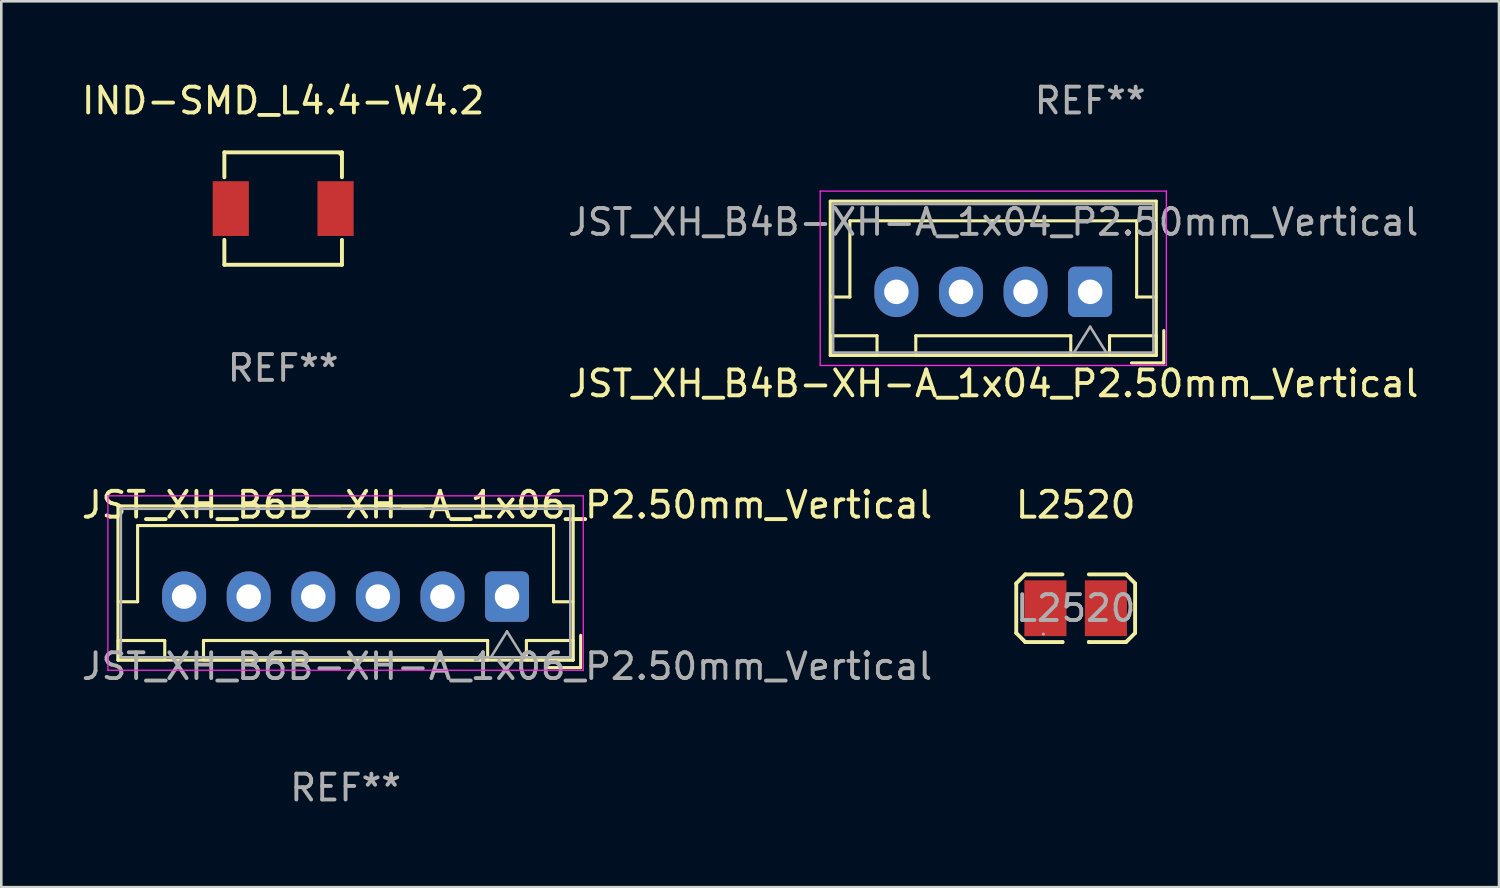
<source format=kicad_pcb>
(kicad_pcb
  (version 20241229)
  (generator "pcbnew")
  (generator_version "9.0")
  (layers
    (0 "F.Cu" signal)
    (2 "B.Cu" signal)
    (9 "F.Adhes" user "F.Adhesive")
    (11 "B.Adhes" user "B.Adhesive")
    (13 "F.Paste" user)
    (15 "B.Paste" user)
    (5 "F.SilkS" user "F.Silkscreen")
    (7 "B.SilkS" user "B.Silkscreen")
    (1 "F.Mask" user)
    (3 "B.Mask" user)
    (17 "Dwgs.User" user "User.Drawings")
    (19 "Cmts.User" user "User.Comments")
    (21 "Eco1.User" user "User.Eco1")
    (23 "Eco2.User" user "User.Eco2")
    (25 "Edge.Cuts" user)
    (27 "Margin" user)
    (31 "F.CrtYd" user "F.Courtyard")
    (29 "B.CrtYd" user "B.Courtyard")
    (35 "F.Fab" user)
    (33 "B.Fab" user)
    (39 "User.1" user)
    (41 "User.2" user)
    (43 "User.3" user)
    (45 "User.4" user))
  (footprint "JST_XH_B4B-XH-A_1x04_P2.50mm_Vertical"
    (layer "F.Cu")
    (at 35.399 8.247)
    (property "Reference" "JST_XH_B4B-XH-A_1x04_P2.50mm_Vertical" (at 0 3.55 180) (layer "F.SilkS") (effects (font (size 1 1) (thickness 0.15))))
    (attr through_hole)
    (fp_line (start -6.31 -3.51) (end -6.31 2.46) (stroke (width 0.12) (type solid)) (layer "F.SilkS"))
    (fp_line (start -6.31 2.46) (end 6.31 2.46) (stroke (width 0.12) (type solid)) (layer "F.SilkS"))
    (fp_line (start -6.3 0.2) (end -5.55 0.2) (stroke (width 0.12) (type solid)) (layer "F.SilkS"))
    (fp_line (start -6.3 1.7) (end -6.3 2.45) (stroke (width 0.12) (type solid)) (layer "F.SilkS"))
    (fp_line (start -6.3 2.45) (end -4.5 2.45) (stroke (width 0.12) (type solid)) (layer "F.SilkS"))
    (fp_line (start -5.55 -2.75) (end 0 -2.75) (stroke (width 0.12) (type solid)) (layer "F.SilkS"))
    (fp_line (start -5.55 0.2) (end -5.55 -2.75) (stroke (width 0.12) (type solid)) (layer "F.SilkS"))
    (fp_line (start -4.5 1.7) (end -6.3 1.7) (stroke (width 0.12) (type solid)) (layer "F.SilkS"))
    (fp_line (start -4.5 2.45) (end -4.5 1.7) (stroke (width 0.12) (type solid)) (layer "F.SilkS"))
    (fp_line (start -3 1.7) (end -3 2.45) (stroke (width 0.12) (type solid)) (layer "F.SilkS"))
    (fp_line (start -3 2.45) (end 3 2.45) (stroke (width 0.12) (type solid)) (layer "F.SilkS"))
    (fp_line (start 3 1.7) (end -3 1.7) (stroke (width 0.12) (type solid)) (layer "F.SilkS"))
    (fp_line (start 3 2.45) (end 3 1.7) (stroke (width 0.12) (type solid)) (layer "F.SilkS"))
    (fp_line (start 4.5 1.7) (end 4.5 2.45) (stroke (width 0.12) (type solid)) (layer "F.SilkS"))
    (fp_line (start 4.5 2.45) (end 6.3 2.45) (stroke (width 0.12) (type solid)) (layer "F.SilkS"))
    (fp_line (start 5.35 2.75) (end 6.6 2.75) (stroke (width 0.12) (type solid)) (layer "F.SilkS"))
    (fp_line (start 5.55 -2.75) (end 0 -2.75) (stroke (width 0.12) (type solid)) (layer "F.SilkS"))
    (fp_line (start 5.55 0.2) (end 5.55 -2.75) (stroke (width 0.12) (type solid)) (layer "F.SilkS"))
    (fp_line (start 6.3 0.2) (end 5.55 0.2) (stroke (width 0.12) (type solid)) (layer "F.SilkS"))
    (fp_line (start 6.3 1.7) (end 4.5 1.7) (stroke (width 0.12) (type solid)) (layer "F.SilkS"))
    (fp_line (start 6.3 2.45) (end 6.3 1.7) (stroke (width 0.12) (type solid)) (layer "F.SilkS"))
    (fp_line (start 6.31 -3.51) (end -6.31 -3.51) (stroke (width 0.12) (type solid)) (layer "F.SilkS"))
    (fp_line (start 6.31 2.46) (end 6.31 -3.51) (stroke (width 0.12) (type solid)) (layer "F.SilkS"))
    (fp_line (start 6.6 2.75) (end 6.6 1.5) (stroke (width 0.12) (type solid)) (layer "F.SilkS"))
    (fp_line (start -6.7 -3.9) (end -6.7 2.85) (stroke (width 0.05) (type solid)) (layer "F.CrtYd"))
    (fp_line (start -6.7 2.85) (end 6.7 2.85) (stroke (width 0.05) (type solid)) (layer "F.CrtYd"))
    (fp_line (start 6.7 -3.9) (end -6.7 -3.9) (stroke (width 0.05) (type solid)) (layer "F.CrtYd"))
    (fp_line (start 6.7 2.85) (end 6.7 -3.9) (stroke (width 0.05) (type solid)) (layer "F.CrtYd"))
    (fp_line (start -6.2 -3.4) (end -6.2 2.35) (stroke (width 0.1) (type solid)) (layer "F.Fab"))
    (fp_line (start -6.2 2.35) (end 6.2 2.35) (stroke (width 0.1) (type solid)) (layer "F.Fab"))
    (fp_line (start 3.75 1.35) (end 3.125 2.35) (stroke (width 0.1) (type solid)) (layer "F.Fab"))
    (fp_line (start 4.375 2.35) (end 3.75 1.35) (stroke (width 0.1) (type solid)) (layer "F.Fab"))
    (fp_line (start 6.2 -3.4) (end -6.2 -3.4) (stroke (width 0.1) (type solid)) (layer "F.Fab"))
    (fp_line (start 6.2 2.35) (end 6.2 -3.4) (stroke (width 0.1) (type solid)) (layer "F.Fab"))
    (fp_text user "REF**" (at 3.75 -7.399 0) (layer "F.Fab") (effects (font (size 1 1) (thickness 0.15))))
    (fp_text user "${REFERENCE}" (at 0 -2.7 180) (layer "F.Fab") (effects (font (size 1 1) (thickness 0.15))))
    (pad "1" thru_hole roundrect (at 3.75 0 180) (size 1.7 1.95) (drill 0.95) (layers "*.Cu" "*.Mask") (roundrect_rratio 0.147))
    (pad "2" thru_hole oval (at 1.25 0 180) (size 1.7 1.95) (drill 0.95) (layers "*.Cu" "*.Mask"))
    (pad "3" thru_hole oval (at -1.25 0 180) (size 1.7 1.95) (drill 0.95) (layers "*.Cu" "*.Mask"))
    (pad "4" thru_hole oval (at -3.75 0 180) (size 1.7 1.95) (drill 0.95) (layers "*.Cu" "*.Mask")))
  (footprint "JST_XH_B6B-XH-A_1x06_P2.50mm_Vertical"
    (layer "F.Cu")
    (at 10.327 20.044)
    (property "Reference" "JST_XH_B6B-XH-A_1x06_P2.50mm_Vertical" (at 6.25 -3.55 0) (layer "F.SilkS") (effects (font (size 1 1) (thickness 0.15))))
    (attr through_hole)
    (fp_line (start -8.81 -3.51) (end -8.81 2.46) (stroke (width 0.12) (type solid)) (layer "F.SilkS"))
    (fp_line (start -8.81 2.46) (end 8.81 2.46) (stroke (width 0.12) (type solid)) (layer "F.SilkS"))
    (fp_line (start -8.8 0.2) (end -8.05 0.2) (stroke (width 0.12) (type solid)) (layer "F.SilkS"))
    (fp_line (start -8.8 1.7) (end -8.8 2.45) (stroke (width 0.12) (type solid)) (layer "F.SilkS"))
    (fp_line (start -8.8 2.45) (end -7 2.45) (stroke (width 0.12) (type solid)) (layer "F.SilkS"))
    (fp_line (start -8.05 -2.75) (end 0 -2.75) (stroke (width 0.12) (type solid)) (layer "F.SilkS"))
    (fp_line (start -8.05 0.2) (end -8.05 -2.75) (stroke (width 0.12) (type solid)) (layer "F.SilkS"))
    (fp_line (start -7 1.7) (end -8.8 1.7) (stroke (width 0.12) (type solid)) (layer "F.SilkS"))
    (fp_line (start -7 2.45) (end -7 1.7) (stroke (width 0.12) (type solid)) (layer "F.SilkS"))
    (fp_line (start -5.5 1.7) (end -5.5 2.45) (stroke (width 0.12) (type solid)) (layer "F.SilkS"))
    (fp_line (start -5.5 2.45) (end 5.5 2.45) (stroke (width 0.12) (type solid)) (layer "F.SilkS"))
    (fp_line (start 5.5 1.7) (end -5.5 1.7) (stroke (width 0.12) (type solid)) (layer "F.SilkS"))
    (fp_line (start 5.5 2.45) (end 5.5 1.7) (stroke (width 0.12) (type solid)) (layer "F.SilkS"))
    (fp_line (start 7 1.7) (end 7 2.45) (stroke (width 0.12) (type solid)) (layer "F.SilkS"))
    (fp_line (start 7 2.45) (end 8.8 2.45) (stroke (width 0.12) (type solid)) (layer "F.SilkS"))
    (fp_line (start 7.85 2.75) (end 9.1 2.75) (stroke (width 0.12) (type solid)) (layer "F.SilkS"))
    (fp_line (start 8.05 -2.75) (end 0 -2.75) (stroke (width 0.12) (type solid)) (layer "F.SilkS"))
    (fp_line (start 8.05 0.2) (end 8.05 -2.75) (stroke (width 0.12) (type solid)) (layer "F.SilkS"))
    (fp_line (start 8.8 0.2) (end 8.05 0.2) (stroke (width 0.12) (type solid)) (layer "F.SilkS"))
    (fp_line (start 8.8 1.7) (end 7 1.7) (stroke (width 0.12) (type solid)) (layer "F.SilkS"))
    (fp_line (start 8.8 2.45) (end 8.8 1.7) (stroke (width 0.12) (type solid)) (layer "F.SilkS"))
    (fp_line (start 8.81 -3.51) (end -8.81 -3.51) (stroke (width 0.12) (type solid)) (layer "F.SilkS"))
    (fp_line (start 8.81 2.46) (end 8.81 -3.51) (stroke (width 0.12) (type solid)) (layer "F.SilkS"))
    (fp_line (start 9.1 2.75) (end 9.1 1.5) (stroke (width 0.12) (type solid)) (layer "F.SilkS"))
    (fp_line (start -9.2 -3.9) (end -9.2 2.85) (stroke (width 0.05) (type solid)) (layer "F.CrtYd"))
    (fp_line (start -9.2 2.85) (end 9.2 2.85) (stroke (width 0.05) (type solid)) (layer "F.CrtYd"))
    (fp_line (start 9.2 -3.9) (end -9.2 -3.9) (stroke (width 0.05) (type solid)) (layer "F.CrtYd"))
    (fp_line (start 9.2 2.85) (end 9.2 -3.9) (stroke (width 0.05) (type solid)) (layer "F.CrtYd"))
    (fp_line (start -8.7 -3.4) (end -8.7 2.35) (stroke (width 0.1) (type solid)) (layer "F.Fab"))
    (fp_line (start -8.7 2.35) (end 8.7 2.35) (stroke (width 0.1) (type solid)) (layer "F.Fab"))
    (fp_line (start 6.25 1.35) (end 5.625 2.35) (stroke (width 0.1) (type solid)) (layer "F.Fab"))
    (fp_line (start 6.875 2.35) (end 6.25 1.35) (stroke (width 0.1) (type solid)) (layer "F.Fab"))
    (fp_line (start 8.7 -3.4) (end -8.7 -3.4) (stroke (width 0.1) (type solid)) (layer "F.Fab"))
    (fp_line (start 8.7 2.35) (end 8.7 -3.4) (stroke (width 0.1) (type solid)) (layer "F.Fab"))
    (fp_text user "${REFERENCE}" (at 6.25 2.7 0) (layer "F.Fab") (effects (font (size 1 1) (thickness 0.15))))
    (fp_text user "REF**" (at 0.000013 7.399 0) (layer "F.Fab") (effects (font (size 1 1) (thickness 0.15))))
    (pad "1" thru_hole roundrect (at 6.25 0 180) (size 1.7 1.95) (drill 0.95) (layers "*.Cu" "*.Mask") (roundrect_rratio 0.147))
    (pad "2" thru_hole oval (at 3.75 0 180) (size 1.7 1.95) (drill 0.95) (layers "*.Cu" "*.Mask"))
    (pad "3" thru_hole oval (at 1.25 0 180) (size 1.7 1.95) (drill 0.95) (layers "*.Cu" "*.Mask"))
    (pad "4" thru_hole oval (at -1.25 0 180) (size 1.7 1.95) (drill 0.95) (layers "*.Cu" "*.Mask"))
    (pad "5" thru_hole oval (at -3.75 0 180) (size 1.7 1.95) (drill 0.95) (layers "*.Cu" "*.Mask"))
    (pad "6" thru_hole oval (at -6.25 0 180) (size 1.7 1.95) (drill 0.95) (layers "*.Cu" "*.Mask")))
  (footprint "L2520"
    (layer "F.Cu")
    (at 38.589 20.494)
    (property "Reference" "L2520" (at 0 -4 180) (layer "F.SilkS") (effects (font (size 1 1) (thickness 0.15))))
    (attr smd)
    (fp_line (start -2.3 -0.96) (end -1.95 -1.31) (stroke (width 0.15) (type solid)) (layer "F.SilkS"))
    (fp_line (start -2.3 0.96) (end -2.3 -0.96) (stroke (width 0.15) (type solid)) (layer "F.SilkS"))
    (fp_line (start -1.95 -1.31) (end -0.51 -1.31) (stroke (width 0.15) (type solid)) (layer "F.SilkS"))
    (fp_line (start -1.95 1.31) (end -2.3 0.96) (stroke (width 0.15) (type solid)) (layer "F.SilkS"))
    (fp_line (start -0.51 1.31) (end -1.95 1.31) (stroke (width 0.15) (type solid)) (layer "F.SilkS"))
    (fp_line (start -0.51 1.31) (end -0.51 1.31) (stroke (width 0.15) (type solid)) (layer "F.SilkS"))
    (fp_line (start 0.51 1.31) (end 0.51 1.31) (stroke (width 0.15) (type solid)) (layer "F.SilkS"))
    (fp_line (start 0.51 1.31) (end 1.95 1.31) (stroke (width 0.15) (type solid)) (layer "F.SilkS"))
    (fp_line (start 1.95 -1.31) (end 0.51 -1.31) (stroke (width 0.15) (type solid)) (layer "F.SilkS"))
    (fp_line (start 1.95 1.31) (end 2.3 0.96) (stroke (width 0.15) (type solid)) (layer "F.SilkS"))
    (fp_line (start 2.3 -0.96) (end 1.95 -1.31) (stroke (width 0.15) (type solid)) (layer "F.SilkS"))
    (fp_line (start 2.3 0.96) (end 2.3 -0.96) (stroke (width 0.15) (type solid)) (layer "F.SilkS"))
    (fp_circle (center -1.25 1) (end -1.22 1) (stroke (width 0.06) (type solid)) (fill no) (layer "F.Fab"))
    (fp_text user "${REFERENCE}" (at 0 0 180) (layer "F.Fab") (effects (font (size 1 1) (thickness 0.15))))
    (pad "1" smd rect (at -1.17 0) (size 1.63 2.16) (layers "F.Cu" "F.Mask" "F.Paste"))
    (pad "2" smd rect (at 1.17 0) (size 1.63 2.16) (layers "F.Cu" "F.Mask" "F.Paste")))
  (footprint "IND-SMD_L4.4-W4.2"
    (layer "F.Cu")
    (at 7.911 5.024)
    (property "Reference" "IND-SMD_L4.4-W4.2" (at 0 -4.176 0) (layer "F.SilkS") (effects (font (size 1 1) (thickness 0.15))))
    (attr smd)
    (fp_line (start -2.276 -2.176) (end 2.276 -2.176) (stroke (width 0.152) (type solid)) (layer "F.SilkS"))
    (fp_line (start -2.276 -1.212) (end -2.276 -2.176) (stroke (width 0.152) (type solid)) (layer "F.SilkS"))
    (fp_line (start -2.276 1.212) (end -2.276 2.176) (stroke (width 0.152) (type solid)) (layer "F.SilkS"))
    (fp_line (start -2.276 2.176) (end 2.276 2.176) (stroke (width 0.152) (type solid)) (layer "F.SilkS"))
    (fp_line (start 2.276 -2.176) (end 2.276 -1.212) (stroke (width 0.152) (type solid)) (layer "F.SilkS"))
    (fp_line (start 2.276 2.176) (end 2.276 1.212) (stroke (width 0.152) (type solid)) (layer "F.SilkS"))
    (fp_circle (center 2.2 -2.1) (end 2.23 -2.1) (stroke (width 0.06) (type solid)) (fill no) (layer "F.SilkS"))
    (fp_text user "REF**" (at 0 6.176 0) (layer "F.Fab") (effects (font (size 1 1) (thickness 0.15))))
    (pad "1" smd rect (at 2.028 0) (size 1.4 2.12) (layers "F.Cu" "F.Mask" "F.Paste"))
    (pad "2" smd rect (at -2.028 0) (size 1.4 2.12) (layers "F.Cu" "F.Mask" "F.Paste")))
  (gr_rect
    (start -3 -3)
    (end 54.976 31.291)
    (stroke (width 0.1) (type default))
    (fill no)
    (layer "Edge.Cuts")))
</source>
